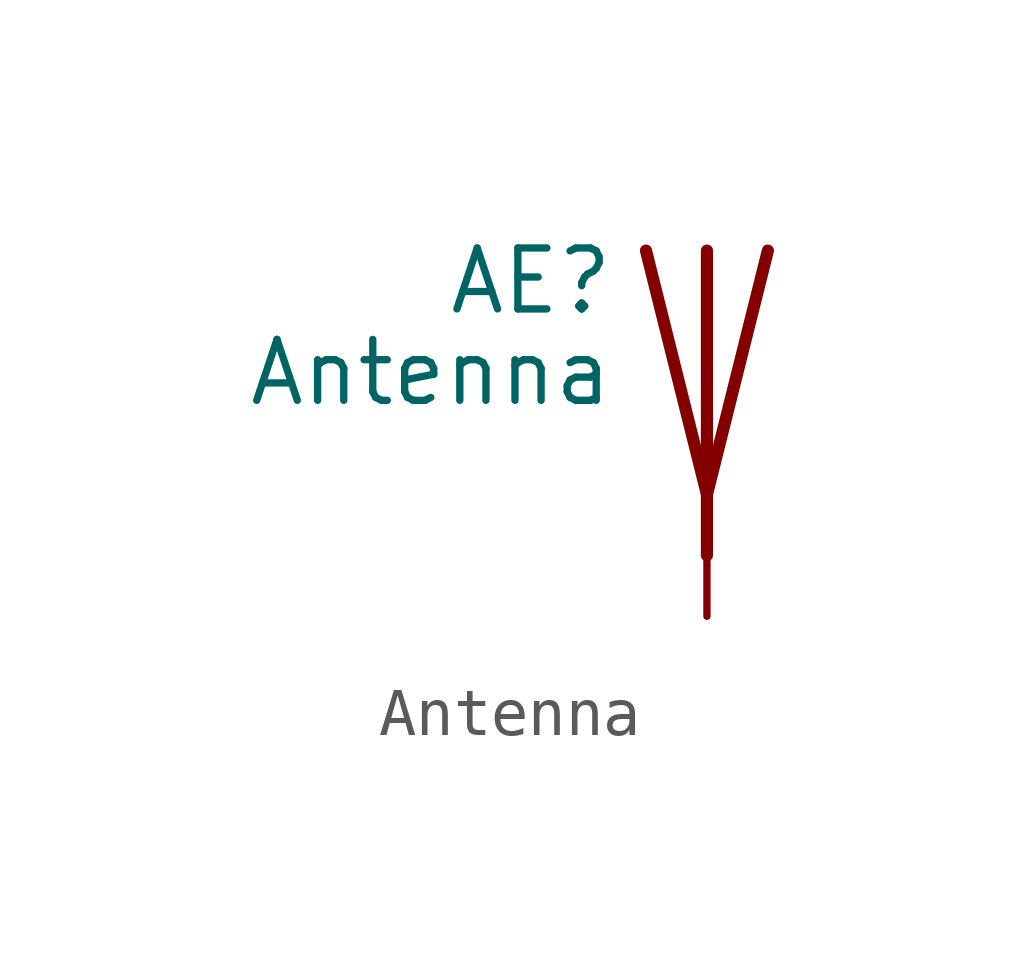
<source format=kicad_sym>
(kicad_symbol_lib
  (version 20220914)
  (generator kicad_symbol_editor)
  (symbol "Antenna"
    (pin_numbers hide)
    (pin_names
      (offset 1.016) hide)
    (property "Reference" "AE"
      (at -1.905 1.905 0)
      (effects (font (size 1.27 1.27)) (justify right)))
    (property "Value" "Antenna"
      (at -1.905 0 0)
      (effects (font (size 1.27 1.27)) (justify right)))
    (symbol "Antenna_0_1"
      (polyline (pts (xy 0 2.54) (xy 0 -3.81)) (stroke (width 0.254) (type default)) (fill (type none)))
      (polyline (pts (xy 1.27 2.54) (xy 0 -2.54) (xy -1.27 2.54)) (stroke (width 0.254) (type default)) (fill (type none))))
    (symbol "Antenna_1_1"
      (pin input line (at 0 -5.08 90) (length 2.54) (name "A" (effects (font (size 1.27 1.27)))) (number "1" (effects (font (size 1.27 1.27))))))))
</source>
